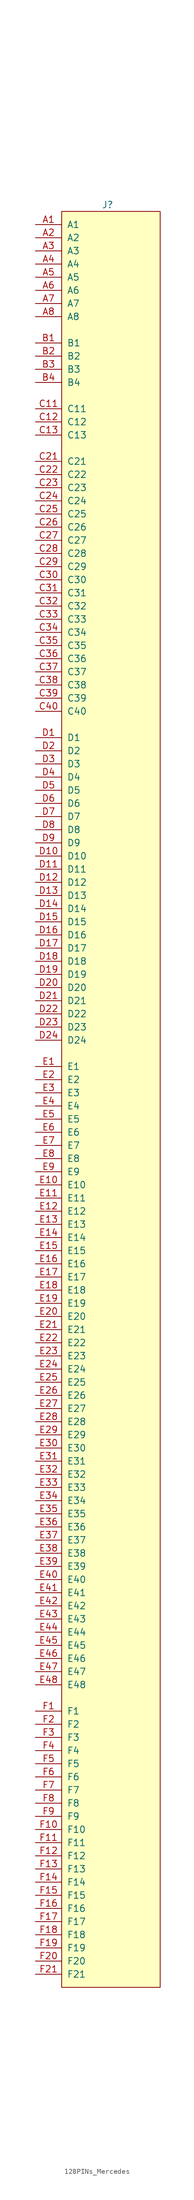
<source format=kicad_sym>
(kicad_symbol_lib
  (version 20210619)
  (generator kicad_symbol_editor)
  (symbol "128PINs_Mercedes:128PINs_Mercedes"
    (pin_names
      (offset 1.016))
    (property "Reference" "J"
      (at 13.97 3.81 0)
      (effects (font (size 1.27 1.27))))
    (symbol "128PINs_Mercedes_1_1"
      (rectangle (start 5.08 2.54) (end 24.13 -340.36) (stroke (width 0.152)) (fill (type background)))
      (pin passive line (at 0 0 0) (length 5.08) (name "A1" (effects (font (size 1.27 1.27)))) (number "A1" (effects (font (size 1.27 1.27)))))
      (pin passive line (at 0 -2.54 0) (length 5.08) (name "A2" (effects (font (size 1.27 1.27)))) (number "A2" (effects (font (size 1.27 1.27)))))
      (pin passive line (at 0 -5.08 0) (length 5.08) (name "A3" (effects (font (size 1.27 1.27)))) (number "A3" (effects (font (size 1.27 1.27)))))
      (pin passive line (at 0 -7.62 0) (length 5.08) (name "A4" (effects (font (size 1.27 1.27)))) (number "A4" (effects (font (size 1.27 1.27)))))
      (pin passive line (at 0 -10.16 0) (length 5.08) (name "A5" (effects (font (size 1.27 1.27)))) (number "A5" (effects (font (size 1.27 1.27)))))
      (pin passive line (at 0 -12.7 0) (length 5.08) (name "A6" (effects (font (size 1.27 1.27)))) (number "A6" (effects (font (size 1.27 1.27)))))
      (pin passive line (at 0 -15.24 0) (length 5.08) (name "A7" (effects (font (size 1.27 1.27)))) (number "A7" (effects (font (size 1.27 1.27)))))
      (pin passive line (at 0 -17.78 0) (length 5.08) (name "A8" (effects (font (size 1.27 1.27)))) (number "A8" (effects (font (size 1.27 1.27)))))
      (pin passive line (at 0 -22.86 0) (length 5.08) (name "B1" (effects (font (size 1.27 1.27)))) (number "B1" (effects (font (size 1.27 1.27)))))
      (pin passive line (at 0 -25.4 0) (length 5.08) (name "B2" (effects (font (size 1.27 1.27)))) (number "B2" (effects (font (size 1.27 1.27)))))
      (pin passive line (at 0 -27.94 0) (length 5.08) (name "B3" (effects (font (size 1.27 1.27)))) (number "B3" (effects (font (size 1.27 1.27)))))
      (pin passive line (at 0 -30.48 0) (length 5.08) (name "B4" (effects (font (size 1.27 1.27)))) (number "B4" (effects (font (size 1.27 1.27)))))
      (pin passive line (at 0 -35.56 0) (length 5.08) (name "C11" (effects (font (size 1.27 1.27)))) (number "C11" (effects (font (size 1.27 1.27)))))
      (pin passive line (at 0 -38.1 0) (length 5.08) (name "C12" (effects (font (size 1.27 1.27)))) (number "C12" (effects (font (size 1.27 1.27)))))
      (pin passive line (at 0 -40.64 0) (length 5.08) (name "C13" (effects (font (size 1.27 1.27)))) (number "C13" (effects (font (size 1.27 1.27)))))
      (pin passive line (at 0 -45.72 0) (length 5.08) (name "C21" (effects (font (size 1.27 1.27)))) (number "C21" (effects (font (size 1.27 1.27)))))
      (pin passive line (at 0 -48.26 0) (length 5.08) (name "C22" (effects (font (size 1.27 1.27)))) (number "C22" (effects (font (size 1.27 1.27)))))
      (pin passive line (at 0 -50.8 0) (length 5.08) (name "C23" (effects (font (size 1.27 1.27)))) (number "C23" (effects (font (size 1.27 1.27)))))
      (pin passive line (at 0 -53.34 0) (length 5.08) (name "C24" (effects (font (size 1.27 1.27)))) (number "C24" (effects (font (size 1.27 1.27)))))
      (pin passive line (at 0 -55.88 0) (length 5.08) (name "C25" (effects (font (size 1.27 1.27)))) (number "C25" (effects (font (size 1.27 1.27)))))
      (pin passive line (at 0 -58.42 0) (length 5.08) (name "C26" (effects (font (size 1.27 1.27)))) (number "C26" (effects (font (size 1.27 1.27)))))
      (pin passive line (at 0 -60.96 0) (length 5.08) (name "C27" (effects (font (size 1.27 1.27)))) (number "C27" (effects (font (size 1.27 1.27)))))
      (pin passive line (at 0 -63.5 0) (length 5.08) (name "C28" (effects (font (size 1.27 1.27)))) (number "C28" (effects (font (size 1.27 1.27)))))
      (pin passive line (at 0 -66.04 0) (length 5.08) (name "C29" (effects (font (size 1.27 1.27)))) (number "C29" (effects (font (size 1.27 1.27)))))
      (pin passive line (at 0 -68.58 0) (length 5.08) (name "C30" (effects (font (size 1.27 1.27)))) (number "C30" (effects (font (size 1.27 1.27)))))
      (pin passive line (at 0 -71.12 0) (length 5.08) (name "C31" (effects (font (size 1.27 1.27)))) (number "C31" (effects (font (size 1.27 1.27)))))
      (pin passive line (at 0 -73.66 0) (length 5.08) (name "C32" (effects (font (size 1.27 1.27)))) (number "C32" (effects (font (size 1.27 1.27)))))
      (pin passive line (at 0 -76.2 0) (length 5.08) (name "C33" (effects (font (size 1.27 1.27)))) (number "C33" (effects (font (size 1.27 1.27)))))
      (pin passive line (at 0 -78.74 0) (length 5.08) (name "C34" (effects (font (size 1.27 1.27)))) (number "C34" (effects (font (size 1.27 1.27)))))
      (pin passive line (at 0 -81.28 0) (length 5.08) (name "C35" (effects (font (size 1.27 1.27)))) (number "C35" (effects (font (size 1.27 1.27)))))
      (pin passive line (at 0 -83.82 0) (length 5.08) (name "C36" (effects (font (size 1.27 1.27)))) (number "C36" (effects (font (size 1.27 1.27)))))
      (pin passive line (at 0 -86.36 0) (length 5.08) (name "C37" (effects (font (size 1.27 1.27)))) (number "C37" (effects (font (size 1.27 1.27)))))
      (pin passive line (at 0 -88.9 0) (length 5.08) (name "C38" (effects (font (size 1.27 1.27)))) (number "C38" (effects (font (size 1.27 1.27)))))
      (pin passive line (at 0 -91.44 0) (length 5.08) (name "C39" (effects (font (size 1.27 1.27)))) (number "C39" (effects (font (size 1.27 1.27)))))
      (pin passive line (at 0 -93.98 0) (length 5.08) (name "C40" (effects (font (size 1.27 1.27)))) (number "C40" (effects (font (size 1.27 1.27)))))
      (pin passive line (at 0 -99.06 0) (length 5.08) (name "D1" (effects (font (size 1.27 1.27)))) (number "D1" (effects (font (size 1.27 1.27)))))
      (pin passive line (at 0 -121.92 0) (length 5.08) (name "D10" (effects (font (size 1.27 1.27)))) (number "D10" (effects (font (size 1.27 1.27)))))
      (pin passive line (at 0 -124.46 0) (length 5.08) (name "D11" (effects (font (size 1.27 1.27)))) (number "D11" (effects (font (size 1.27 1.27)))))
      (pin passive line (at 0 -127 0) (length 5.08) (name "D12" (effects (font (size 1.27 1.27)))) (number "D12" (effects (font (size 1.27 1.27)))))
      (pin passive line (at 0 -129.54 0) (length 5.08) (name "D13" (effects (font (size 1.27 1.27)))) (number "D13" (effects (font (size 1.27 1.27)))))
      (pin passive line (at 0 -132.08 0) (length 5.08) (name "D14" (effects (font (size 1.27 1.27)))) (number "D14" (effects (font (size 1.27 1.27)))))
      (pin passive line (at 0 -134.62 0) (length 5.08) (name "D15" (effects (font (size 1.27 1.27)))) (number "D15" (effects (font (size 1.27 1.27)))))
      (pin passive line (at 0 -137.16 0) (length 5.08) (name "D16" (effects (font (size 1.27 1.27)))) (number "D16" (effects (font (size 1.27 1.27)))))
      (pin passive line (at 0 -139.7 0) (length 5.08) (name "D17" (effects (font (size 1.27 1.27)))) (number "D17" (effects (font (size 1.27 1.27)))))
      (pin passive line (at 0 -142.24 0) (length 5.08) (name "D18" (effects (font (size 1.27 1.27)))) (number "D18" (effects (font (size 1.27 1.27)))))
      (pin passive line (at 0 -144.78 0) (length 5.08) (name "D19" (effects (font (size 1.27 1.27)))) (number "D19" (effects (font (size 1.27 1.27)))))
      (pin passive line (at 0 -101.6 0) (length 5.08) (name "D2" (effects (font (size 1.27 1.27)))) (number "D2" (effects (font (size 1.27 1.27)))))
      (pin passive line (at 0 -147.32 0) (length 5.08) (name "D20" (effects (font (size 1.27 1.27)))) (number "D20" (effects (font (size 1.27 1.27)))))
      (pin passive line (at 0 -149.86 0) (length 5.08) (name "D21" (effects (font (size 1.27 1.27)))) (number "D21" (effects (font (size 1.27 1.27)))))
      (pin passive line (at 0 -152.4 0) (length 5.08) (name "D22" (effects (font (size 1.27 1.27)))) (number "D22" (effects (font (size 1.27 1.27)))))
      (pin passive line (at 0 -154.94 0) (length 5.08) (name "D23" (effects (font (size 1.27 1.27)))) (number "D23" (effects (font (size 1.27 1.27)))))
      (pin passive line (at 0 -157.48 0) (length 5.08) (name "D24" (effects (font (size 1.27 1.27)))) (number "D24" (effects (font (size 1.27 1.27)))))
      (pin passive line (at 0 -104.14 0) (length 5.08) (name "D3" (effects (font (size 1.27 1.27)))) (number "D3" (effects (font (size 1.27 1.27)))))
      (pin passive line (at 0 -106.68 0) (length 5.08) (name "D4" (effects (font (size 1.27 1.27)))) (number "D4" (effects (font (size 1.27 1.27)))))
      (pin passive line (at 0 -109.22 0) (length 5.08) (name "D5" (effects (font (size 1.27 1.27)))) (number "D5" (effects (font (size 1.27 1.27)))))
      (pin passive line (at 0 -111.76 0) (length 5.08) (name "D6" (effects (font (size 1.27 1.27)))) (number "D6" (effects (font (size 1.27 1.27)))))
      (pin passive line (at 0 -114.3 0) (length 5.08) (name "D7" (effects (font (size 1.27 1.27)))) (number "D7" (effects (font (size 1.27 1.27)))))
      (pin passive line (at 0 -116.84 0) (length 5.08) (name "D8" (effects (font (size 1.27 1.27)))) (number "D8" (effects (font (size 1.27 1.27)))))
      (pin passive line (at 0 -119.38 0) (length 5.08) (name "D9" (effects (font (size 1.27 1.27)))) (number "D9" (effects (font (size 1.27 1.27)))))
      (pin passive line (at 0 -162.56 0) (length 5.08) (name "E1" (effects (font (size 1.27 1.27)))) (number "E1" (effects (font (size 1.27 1.27)))))
      (pin passive line (at 0 -185.42 0) (length 5.08) (name "E10" (effects (font (size 1.27 1.27)))) (number "E10" (effects (font (size 1.27 1.27)))))
      (pin passive line (at 0 -187.96 0) (length 5.08) (name "E11" (effects (font (size 1.27 1.27)))) (number "E11" (effects (font (size 1.27 1.27)))))
      (pin passive line (at 0 -190.5 0) (length 5.08) (name "E12" (effects (font (size 1.27 1.27)))) (number "E12" (effects (font (size 1.27 1.27)))))
      (pin passive line (at 0 -193.04 0) (length 5.08) (name "E13" (effects (font (size 1.27 1.27)))) (number "E13" (effects (font (size 1.27 1.27)))))
      (pin passive line (at 0 -195.58 0) (length 5.08) (name "E14" (effects (font (size 1.27 1.27)))) (number "E14" (effects (font (size 1.27 1.27)))))
      (pin passive line (at 0 -198.12 0) (length 5.08) (name "E15" (effects (font (size 1.27 1.27)))) (number "E15" (effects (font (size 1.27 1.27)))))
      (pin passive line (at 0 -200.66 0) (length 5.08) (name "E16" (effects (font (size 1.27 1.27)))) (number "E16" (effects (font (size 1.27 1.27)))))
      (pin passive line (at 0 -203.2 0) (length 5.08) (name "E17" (effects (font (size 1.27 1.27)))) (number "E17" (effects (font (size 1.27 1.27)))))
      (pin passive line (at 0 -205.74 0) (length 5.08) (name "E18" (effects (font (size 1.27 1.27)))) (number "E18" (effects (font (size 1.27 1.27)))))
      (pin passive line (at 0 -208.28 0) (length 5.08) (name "E19" (effects (font (size 1.27 1.27)))) (number "E19" (effects (font (size 1.27 1.27)))))
      (pin passive line (at 0 -165.1 0) (length 5.08) (name "E2" (effects (font (size 1.27 1.27)))) (number "E2" (effects (font (size 1.27 1.27)))))
      (pin passive line (at 0 -210.82 0) (length 5.08) (name "E20" (effects (font (size 1.27 1.27)))) (number "E20" (effects (font (size 1.27 1.27)))))
      (pin passive line (at 0 -213.36 0) (length 5.08) (name "E21" (effects (font (size 1.27 1.27)))) (number "E21" (effects (font (size 1.27 1.27)))))
      (pin passive line (at 0 -215.9 0) (length 5.08) (name "E22" (effects (font (size 1.27 1.27)))) (number "E22" (effects (font (size 1.27 1.27)))))
      (pin passive line (at 0 -218.44 0) (length 5.08) (name "E23" (effects (font (size 1.27 1.27)))) (number "E23" (effects (font (size 1.27 1.27)))))
      (pin passive line (at 0 -220.98 0) (length 5.08) (name "E24" (effects (font (size 1.27 1.27)))) (number "E24" (effects (font (size 1.27 1.27)))))
      (pin passive line (at 0 -223.52 0) (length 5.08) (name "E25" (effects (font (size 1.27 1.27)))) (number "E25" (effects (font (size 1.27 1.27)))))
      (pin passive line (at 0 -226.06 0) (length 5.08) (name "E26" (effects (font (size 1.27 1.27)))) (number "E26" (effects (font (size 1.27 1.27)))))
      (pin passive line (at 0 -228.6 0) (length 5.08) (name "E27" (effects (font (size 1.27 1.27)))) (number "E27" (effects (font (size 1.27 1.27)))))
      (pin passive line (at 0 -231.14 0) (length 5.08) (name "E28" (effects (font (size 1.27 1.27)))) (number "E28" (effects (font (size 1.27 1.27)))))
      (pin passive line (at 0 -233.68 0) (length 5.08) (name "E29" (effects (font (size 1.27 1.27)))) (number "E29" (effects (font (size 1.27 1.27)))))
      (pin passive line (at 0 -167.64 0) (length 5.08) (name "E3" (effects (font (size 1.27 1.27)))) (number "E3" (effects (font (size 1.27 1.27)))))
      (pin passive line (at 0 -236.22 0) (length 5.08) (name "E30" (effects (font (size 1.27 1.27)))) (number "E30" (effects (font (size 1.27 1.27)))))
      (pin passive line (at 0 -238.76 0) (length 5.08) (name "E31" (effects (font (size 1.27 1.27)))) (number "E31" (effects (font (size 1.27 1.27)))))
      (pin passive line (at 0 -241.3 0) (length 5.08) (name "E32" (effects (font (size 1.27 1.27)))) (number "E32" (effects (font (size 1.27 1.27)))))
      (pin passive line (at 0 -243.84 0) (length 5.08) (name "E33" (effects (font (size 1.27 1.27)))) (number "E33" (effects (font (size 1.27 1.27)))))
      (pin passive line (at 0 -246.38 0) (length 5.08) (name "E34" (effects (font (size 1.27 1.27)))) (number "E34" (effects (font (size 1.27 1.27)))))
      (pin passive line (at 0 -248.92 0) (length 5.08) (name "E35" (effects (font (size 1.27 1.27)))) (number "E35" (effects (font (size 1.27 1.27)))))
      (pin passive line (at 0 -251.46 0) (length 5.08) (name "E36" (effects (font (size 1.27 1.27)))) (number "E36" (effects (font (size 1.27 1.27)))))
      (pin passive line (at 0 -254 0) (length 5.08) (name "E37" (effects (font (size 1.27 1.27)))) (number "E37" (effects (font (size 1.27 1.27)))))
      (pin passive line (at 0 -256.54 0) (length 5.08) (name "E38" (effects (font (size 1.27 1.27)))) (number "E38" (effects (font (size 1.27 1.27)))))
      (pin passive line (at 0 -259.08 0) (length 5.08) (name "E39" (effects (font (size 1.27 1.27)))) (number "E39" (effects (font (size 1.27 1.27)))))
      (pin passive line (at 0 -170.18 0) (length 5.08) (name "E4" (effects (font (size 1.27 1.27)))) (number "E4" (effects (font (size 1.27 1.27)))))
      (pin passive line (at 0 -261.62 0) (length 5.08) (name "E40" (effects (font (size 1.27 1.27)))) (number "E40" (effects (font (size 1.27 1.27)))))
      (pin passive line (at 0 -264.16 0) (length 5.08) (name "E41" (effects (font (size 1.27 1.27)))) (number "E41" (effects (font (size 1.27 1.27)))))
      (pin passive line (at 0 -266.7 0) (length 5.08) (name "E42" (effects (font (size 1.27 1.27)))) (number "E42" (effects (font (size 1.27 1.27)))))
      (pin passive line (at 0 -269.24 0) (length 5.08) (name "E43" (effects (font (size 1.27 1.27)))) (number "E43" (effects (font (size 1.27 1.27)))))
      (pin passive line (at 0 -271.78 0) (length 5.08) (name "E44" (effects (font (size 1.27 1.27)))) (number "E44" (effects (font (size 1.27 1.27)))))
      (pin passive line (at 0 -274.32 0) (length 5.08) (name "E45" (effects (font (size 1.27 1.27)))) (number "E45" (effects (font (size 1.27 1.27)))))
      (pin passive line (at 0 -276.86 0) (length 5.08) (name "E46" (effects (font (size 1.27 1.27)))) (number "E46" (effects (font (size 1.27 1.27)))))
      (pin passive line (at 0 -279.4 0) (length 5.08) (name "E47" (effects (font (size 1.27 1.27)))) (number "E47" (effects (font (size 1.27 1.27)))))
      (pin passive line (at 0 -281.94 0) (length 5.08) (name "E48" (effects (font (size 1.27 1.27)))) (number "E48" (effects (font (size 1.27 1.27)))))
      (pin passive line (at 0 -172.72 0) (length 5.08) (name "E5" (effects (font (size 1.27 1.27)))) (number "E5" (effects (font (size 1.27 1.27)))))
      (pin passive line (at 0 -175.26 0) (length 5.08) (name "E6" (effects (font (size 1.27 1.27)))) (number "E6" (effects (font (size 1.27 1.27)))))
      (pin passive line (at 0 -177.8 0) (length 5.08) (name "E7" (effects (font (size 1.27 1.27)))) (number "E7" (effects (font (size 1.27 1.27)))))
      (pin passive line (at 0 -180.34 0) (length 5.08) (name "E8" (effects (font (size 1.27 1.27)))) (number "E8" (effects (font (size 1.27 1.27)))))
      (pin passive line (at 0 -182.88 0) (length 5.08) (name "E9" (effects (font (size 1.27 1.27)))) (number "E9" (effects (font (size 1.27 1.27)))))
      (pin passive line (at 0 -287.02 0) (length 5.08) (name "F1" (effects (font (size 1.27 1.27)))) (number "F1" (effects (font (size 1.27 1.27)))))
      (pin passive line (at 0 -309.88 0) (length 5.08) (name "F10" (effects (font (size 1.27 1.27)))) (number "F10" (effects (font (size 1.27 1.27)))))
      (pin passive line (at 0 -312.42 0) (length 5.08) (name "F11" (effects (font (size 1.27 1.27)))) (number "F11" (effects (font (size 1.27 1.27)))))
      (pin passive line (at 0 -314.96 0) (length 5.08) (name "F12" (effects (font (size 1.27 1.27)))) (number "F12" (effects (font (size 1.27 1.27)))))
      (pin passive line (at 0 -317.5 0) (length 5.08) (name "F13" (effects (font (size 1.27 1.27)))) (number "F13" (effects (font (size 1.27 1.27)))))
      (pin passive line (at 0 -320.04 0) (length 5.08) (name "F14" (effects (font (size 1.27 1.27)))) (number "F14" (effects (font (size 1.27 1.27)))))
      (pin passive line (at 0 -322.58 0) (length 5.08) (name "F15" (effects (font (size 1.27 1.27)))) (number "F15" (effects (font (size 1.27 1.27)))))
      (pin passive line (at 0 -325.12 0) (length 5.08) (name "F16" (effects (font (size 1.27 1.27)))) (number "F16" (effects (font (size 1.27 1.27)))))
      (pin passive line (at 0 -327.66 0) (length 5.08) (name "F17" (effects (font (size 1.27 1.27)))) (number "F17" (effects (font (size 1.27 1.27)))))
      (pin passive line (at 0 -330.2 0) (length 5.08) (name "F18" (effects (font (size 1.27 1.27)))) (number "F18" (effects (font (size 1.27 1.27)))))
      (pin passive line (at 0 -332.74 0) (length 5.08) (name "F19" (effects (font (size 1.27 1.27)))) (number "F19" (effects (font (size 1.27 1.27)))))
      (pin passive line (at 0 -289.56 0) (length 5.08) (name "F2" (effects (font (size 1.27 1.27)))) (number "F2" (effects (font (size 1.27 1.27)))))
      (pin passive line (at 0 -335.28 0) (length 5.08) (name "F20" (effects (font (size 1.27 1.27)))) (number "F20" (effects (font (size 1.27 1.27)))))
      (pin passive line (at 0 -337.82 0) (length 5.08) (name "F21" (effects (font (size 1.27 1.27)))) (number "F21" (effects (font (size 1.27 1.27)))))
      (pin passive line (at 0 -292.1 0) (length 5.08) (name "F3" (effects (font (size 1.27 1.27)))) (number "F3" (effects (font (size 1.27 1.27)))))
      (pin passive line (at 0 -294.64 0) (length 5.08) (name "F4" (effects (font (size 1.27 1.27)))) (number "F4" (effects (font (size 1.27 1.27)))))
      (pin passive line (at 0 -297.18 0) (length 5.08) (name "F5" (effects (font (size 1.27 1.27)))) (number "F5" (effects (font (size 1.27 1.27)))))
      (pin passive line (at 0 -299.72 0) (length 5.08) (name "F6" (effects (font (size 1.27 1.27)))) (number "F6" (effects (font (size 1.27 1.27)))))
      (pin passive line (at 0 -302.26 0) (length 5.08) (name "F7" (effects (font (size 1.27 1.27)))) (number "F7" (effects (font (size 1.27 1.27)))))
      (pin passive line (at 0 -304.8 0) (length 5.08) (name "F8" (effects (font (size 1.27 1.27)))) (number "F8" (effects (font (size 1.27 1.27)))))
      (pin passive line (at 0 -307.34 0) (length 5.08) (name "F9" (effects (font (size 1.27 1.27)))) (number "F9" (effects (font (size 1.27 1.27))))))))
</source>
